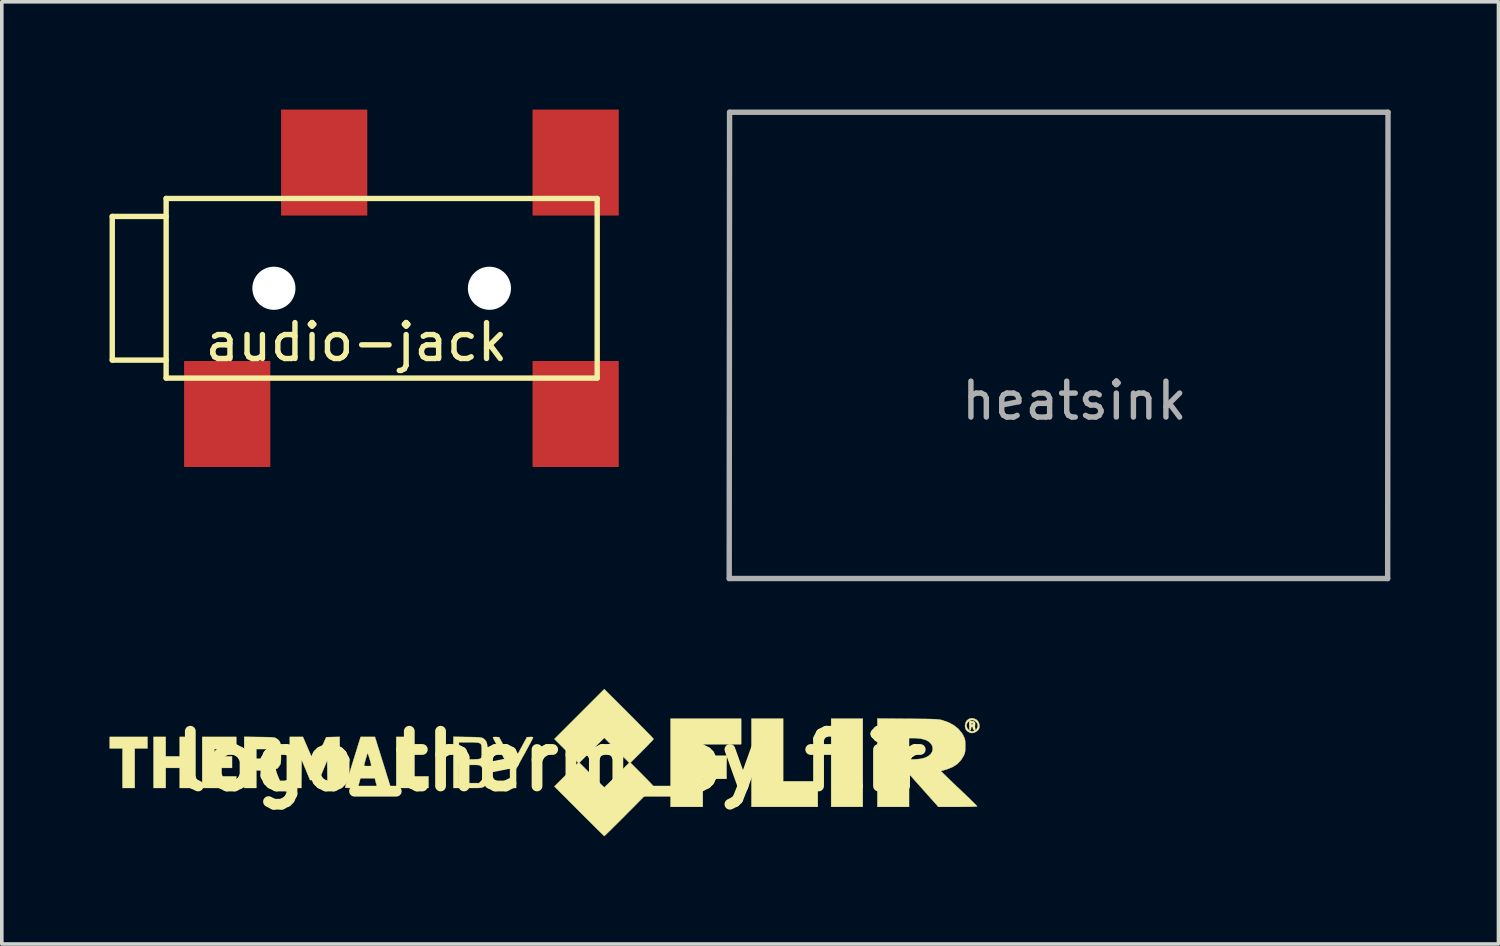
<source format=kicad_pcb>
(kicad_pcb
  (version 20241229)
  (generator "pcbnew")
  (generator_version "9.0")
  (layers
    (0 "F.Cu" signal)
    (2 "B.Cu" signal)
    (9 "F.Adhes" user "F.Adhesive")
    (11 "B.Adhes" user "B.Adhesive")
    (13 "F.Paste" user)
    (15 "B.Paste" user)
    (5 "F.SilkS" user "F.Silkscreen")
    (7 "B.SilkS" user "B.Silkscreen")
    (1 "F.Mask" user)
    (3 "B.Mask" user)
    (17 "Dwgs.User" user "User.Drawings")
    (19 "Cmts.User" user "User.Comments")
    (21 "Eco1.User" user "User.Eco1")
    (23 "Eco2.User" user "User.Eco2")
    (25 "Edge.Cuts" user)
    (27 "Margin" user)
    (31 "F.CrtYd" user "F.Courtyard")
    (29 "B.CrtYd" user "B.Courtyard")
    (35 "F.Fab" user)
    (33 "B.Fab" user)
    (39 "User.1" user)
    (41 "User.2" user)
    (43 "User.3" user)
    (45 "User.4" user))
  (footprint "logo_therm_by_flir"
    (layer "F.Cu")
    (at 12.299 18.141)
    (property "Reference" "logo_therm_by_flir" (at 0 0 0) (layer "F.SilkS") (effects (font (size 1.524 1.524) (thickness 0.3))))
    (attr through_hole)
    (fp_poly (pts (xy 8.67 1.27) (xy 7.789 1.27) (xy 7.789 -1.185) (xy 8.67 -1.185) (xy 8.67 1.27)) (stroke (width 0.01) (type solid)) (fill yes) (layer "F.SilkS"))
    (fp_poly (pts (xy -3.979 0.423) (xy -3.421 0.423) (xy -3.421 0.745) (xy -4.318 0.745) (xy -4.318 -0.677) (xy -3.979 -0.677) (xy -3.979 0.423)) (stroke (width 0.01) (type solid)) (fill yes) (layer "F.SilkS"))
    (fp_poly (pts (xy 6.452 0.559) (xy 7.417 0.559) (xy 7.417 1.27) (xy 5.571 1.27) (xy 5.571 -1.185) (xy 6.452 -1.185) (xy 6.452 0.559)) (stroke (width 0.01) (type solid)) (fill yes) (layer "F.SilkS"))
    (fp_poly (pts (xy -11.244 -0.356) (xy -11.599 -0.356) (xy -11.599 0.745) (xy -11.938 0.745) (xy -11.938 -0.356) (xy -12.294 -0.356) (xy -12.294 -0.677) (xy -11.244 -0.677) (xy -11.244 -0.356)) (stroke (width 0.01) (type solid)) (fill yes) (layer "F.SilkS"))
    (fp_poly (pts (xy -10.736 -0.135) (xy -10.346 -0.135) (xy -10.346 -0.677) (xy -9.991 -0.677) (xy -9.991 0.745) (xy -10.346 0.745) (xy -10.346 0.186) (xy -10.736 0.186) (xy -10.736 0.745) (xy -11.074 0.745) (xy -11.074 -0.677) (xy -10.736 -0.677) (xy -10.736 -0.135)) (stroke (width 0.01) (type solid)) (fill yes) (layer "F.SilkS"))
    (fp_poly (pts (xy -8.771 -0.339) (xy -9.381 -0.339) (xy -9.381 -0.135) (xy -8.89 -0.135) (xy -8.89 0.186) (xy -9.381 0.186) (xy -9.381 0.423) (xy -8.771 0.423) (xy -8.771 0.745) (xy -9.72 0.745) (xy -9.72 -0.677) (xy -8.771 -0.677) (xy -8.771 -0.339)) (stroke (width 0.01) (type solid)) (fill yes) (layer "F.SilkS"))
    (fp_poly (pts (xy 5.283 -0.474) (xy 4.216 -0.474) (xy 4.216 -0.152) (xy 4.898 -0.152) (xy 4.887 -0.114) (xy 4.884 -0.085) (xy 4.881 -0.028) (xy 4.879 0.049) (xy 4.877 0.14) (xy 4.877 0.207) (xy 4.877 0.491) (xy 4.216 0.491) (xy 4.216 1.27) (xy 3.319 1.27) (xy 3.319 -1.185) (xy 5.283 -1.185) (xy 5.283 -0.474)) (stroke (width 0.01) (type solid)) (fill yes) (layer "F.SilkS"))
    (fp_poly (pts (xy -5.893 0.745) (xy -6.231 0.745) (xy -6.235 0.362) (xy -6.24 -0.021) (xy -6.353 0.248) (xy -6.465 0.516) (xy -6.591 0.521) (xy -6.717 0.526) (xy -6.834 0.243) (xy -6.951 -0.039) (xy -6.956 0.353) (xy -6.96 0.745) (xy -7.281 0.745) (xy -7.281 -0.677) (xy -7.099 -0.677) (xy -6.917 -0.677) (xy -6.755 -0.304) (xy -6.592 0.069) (xy -6.269 -0.669) (xy -6.081 -0.674) (xy -5.893 -0.678) (xy -5.893 0.745)) (stroke (width 0.01) (type solid)) (fill yes) (layer "F.SilkS"))
    (fp_poly (pts (xy -1.54 -0.674) (xy -1.454 -0.669) (xy -1.265 -0.318) (xy -1.211 -0.219) (xy -1.162 -0.131) (xy -1.122 -0.057) (xy -1.09 -0.003) (xy -1.071 0.028) (xy -1.067 0.034) (xy -1.057 0.019) (xy -1.033 -0.021) (xy -0.998 -0.083) (xy -0.954 -0.162) (xy -0.904 -0.254) (xy -0.87 -0.318) (xy -0.681 -0.669) (xy -0.594 -0.674) (xy -0.542 -0.674) (xy -0.512 -0.667) (xy -0.508 -0.662) (xy -0.516 -0.643) (xy -0.538 -0.599) (xy -0.573 -0.532) (xy -0.618 -0.448) (xy -0.671 -0.35) (xy -0.73 -0.241) (xy -0.745 -0.215) (xy -0.982 0.215) (xy -0.982 0.745) (xy -1.151 0.745) (xy -1.151 0.218) (xy -1.389 -0.212) (xy -1.449 -0.322) (xy -1.504 -0.423) (xy -1.551 -0.511) (xy -1.588 -0.583) (xy -1.614 -0.633) (xy -1.625 -0.658) (xy -1.626 -0.66) (xy -1.61 -0.672) (xy -1.563 -0.675) (xy -1.54 -0.674)) (stroke (width 0.01) (type solid)) (fill yes) (layer "F.SilkS"))
    (fp_poly (pts (xy -8.132 -0.674) (xy -8.002 -0.672) (xy -7.9 -0.67) (xy -7.824 -0.668) (xy -7.768 -0.664) (xy -7.727 -0.66) (xy -7.698 -0.653) (xy -7.676 -0.644) (xy -7.656 -0.633) (xy -7.654 -0.632) (xy -7.61 -0.602) (xy -7.578 -0.569) (xy -7.555 -0.529) (xy -7.54 -0.477) (xy -7.531 -0.406) (xy -7.528 -0.311) (xy -7.527 -0.21) (xy -7.527 -0.109) (xy -7.528 -0.034) (xy -7.531 0.018) (xy -7.536 0.056) (xy -7.545 0.084) (xy -7.558 0.109) (xy -7.574 0.132) (xy -7.603 0.173) (xy -7.626 0.199) (xy -7.633 0.203) (xy -7.656 0.207) (xy -7.668 0.22) (xy -7.669 0.245) (xy -7.659 0.288) (xy -7.637 0.352) (xy -7.602 0.442) (xy -7.586 0.479) (xy -7.552 0.564) (xy -7.522 0.638) (xy -7.5 0.694) (xy -7.487 0.729) (xy -7.485 0.736) (xy -7.5 0.74) (xy -7.543 0.743) (xy -7.606 0.745) (xy -7.669 0.745) (xy -7.854 0.745) (xy -7.952 0.5) (xy -8.049 0.254) (xy -8.213 0.254) (xy -8.213 0.745) (xy -8.551 0.745) (xy -8.551 -0.339) (xy -8.213 -0.339) (xy -8.213 -0.067) (xy -7.882 -0.076) (xy -7.878 -0.207) (xy -7.873 -0.339) (xy -8.213 -0.339) (xy -8.551 -0.339) (xy -8.551 -0.679) (xy -8.132 -0.674)) (stroke (width 0.01) (type solid)) (fill yes) (layer "F.SilkS"))
    (fp_poly (pts (xy -4.844 -0.461) (xy -4.821 -0.385) (xy -4.789 -0.284) (xy -4.752 -0.165) (xy -4.711 -0.034) (xy -4.669 0.1) (xy -4.634 0.212) (xy -4.597 0.332) (xy -4.563 0.443) (xy -4.532 0.54) (xy -4.508 0.62) (xy -4.49 0.676) (xy -4.481 0.705) (xy -4.48 0.707) (xy -4.476 0.724) (xy -4.48 0.734) (xy -4.497 0.741) (xy -4.532 0.744) (xy -4.592 0.745) (xy -4.655 0.745) (xy -4.842 0.745) (xy -4.867 0.656) (xy -4.884 0.596) (xy -4.898 0.542) (xy -4.903 0.521) (xy -4.914 0.474) (xy -5.316 0.474) (xy -5.335 0.546) (xy -5.352 0.609) (xy -5.369 0.672) (xy -5.372 0.682) (xy -5.39 0.745) (xy -5.565 0.745) (xy -5.638 0.744) (xy -5.696 0.741) (xy -5.732 0.736) (xy -5.741 0.732) (xy -5.736 0.714) (xy -5.722 0.667) (xy -5.701 0.594) (xy -5.672 0.499) (xy -5.637 0.385) (xy -5.597 0.255) (xy -5.557 0.125) (xy -5.215 0.125) (xy -5.2 0.131) (xy -5.16 0.134) (xy -5.114 0.135) (xy -5.06 0.134) (xy -5.023 0.13) (xy -5.012 0.125) (xy -5.017 0.096) (xy -5.028 0.048) (xy -5.044 -0.013) (xy -5.063 -0.078) (xy -5.082 -0.139) (xy -5.098 -0.188) (xy -5.111 -0.219) (xy -5.115 -0.224) (xy -5.124 -0.205) (xy -5.138 -0.161) (xy -5.156 -0.102) (xy -5.175 -0.036) (xy -5.193 0.029) (xy -5.207 0.083) (xy -5.215 0.118) (xy -5.215 0.125) (xy -5.557 0.125) (xy -5.554 0.114) (xy -5.525 0.021) (xy -5.309 -0.677) (xy -4.912 -0.677) (xy -4.844 -0.461)) (stroke (width 0.01) (type solid)) (fill yes) (layer "F.SilkS"))
    (fp_poly (pts (xy 2.159 -1.321) (xy 2.285 -1.195) (xy 2.403 -1.075) (xy 2.512 -0.965) (xy 2.609 -0.867) (xy 2.692 -0.781) (xy 2.76 -0.711) (xy 2.809 -0.66) (xy 2.838 -0.628) (xy 2.845 -0.618) (xy 2.833 -0.602) (xy 2.801 -0.565) (xy 2.75 -0.512) (xy 2.685 -0.444) (xy 2.609 -0.365) (xy 2.523 -0.28) (xy 2.523 -0.279) (xy 2.201 0.042) (xy 2.523 0.364) (xy 2.608 0.45) (xy 2.685 0.528) (xy 2.75 0.596) (xy 2.801 0.65) (xy 2.833 0.687) (xy 2.845 0.703) (xy 2.845 0.703) (xy 2.833 0.717) (xy 2.8 0.753) (xy 2.748 0.807) (xy 2.68 0.877) (xy 2.599 0.96) (xy 2.506 1.055) (xy 2.405 1.157) (xy 2.298 1.266) (xy 2.187 1.377) (xy 2.076 1.488) (xy 1.967 1.598) (xy 1.863 1.702) (xy 1.765 1.799) (xy 1.678 1.886) (xy 1.602 1.96) (xy 1.542 2.019) (xy 1.499 2.06) (xy 1.476 2.081) (xy 1.473 2.083) (xy 1.46 2.071) (xy 1.425 2.038) (xy 1.37 1.984) (xy 1.298 1.914) (xy 1.211 1.827) (xy 1.11 1.727) (xy 0.999 1.616) (xy 0.878 1.496) (xy 0.775 1.393) (xy 0.085 0.702) (xy 0.745 0.043) (xy 0.744 0.042) (xy 0.779 0.042) (xy 1.122 0.385) (xy 1.21 0.473) (xy 1.29 0.553) (xy 1.36 0.621) (xy 1.415 0.675) (xy 1.454 0.711) (xy 1.472 0.728) (xy 1.473 0.728) (xy 1.487 0.717) (xy 1.521 0.684) (xy 1.574 0.634) (xy 1.641 0.568) (xy 1.719 0.491) (xy 1.806 0.404) (xy 1.825 0.385) (xy 2.167 0.042) (xy 1.82 -0.305) (xy 1.473 -0.652) (xy 1.126 -0.305) (xy 0.779 0.042) (xy 0.744 0.042) (xy 0.415 -0.288) (xy 0.085 -0.618) (xy 0.779 -1.312) (xy 1.473 -2.006) (xy 2.159 -1.321)) (stroke (width 0.01) (type solid)) (fill yes) (layer "F.SilkS"))
    (fp_poly (pts (xy 11.763 -1.189) (xy 11.835 -1.154) (xy 11.856 -1.137) (xy 11.896 -1.081) (xy 11.917 -1.011) (xy 11.915 -0.94) (xy 11.901 -0.899) (xy 11.858 -0.846) (xy 11.798 -0.807) (xy 11.733 -0.786) (xy 11.673 -0.788) (xy 11.667 -0.789) (xy 11.588 -0.829) (xy 11.539 -0.882) (xy 11.517 -0.953) (xy 11.515 -0.991) (xy 11.515 -0.994) (xy 11.559 -0.994) (xy 11.572 -0.934) (xy 11.606 -0.883) (xy 11.654 -0.847) (xy 11.707 -0.831) (xy 11.758 -0.84) (xy 11.766 -0.845) (xy 11.779 -0.858) (xy 11.762 -0.869) (xy 11.741 -0.892) (xy 11.735 -0.922) (xy 11.726 -0.957) (xy 11.709 -0.965) (xy 11.689 -0.95) (xy 11.684 -0.914) (xy 11.676 -0.874) (xy 11.659 -0.864) (xy 11.645 -0.87) (xy 11.637 -0.894) (xy 11.634 -0.942) (xy 11.633 -0.991) (xy 11.633 -1.041) (xy 11.684 -1.041) (xy 11.696 -1.022) (xy 11.72 -1.021) (xy 11.738 -1.036) (xy 11.74 -1.041) (xy 11.729 -1.058) (xy 11.714 -1.064) (xy 11.688 -1.057) (xy 11.684 -1.041) (xy 11.633 -1.041) (xy 11.633 -1.117) (xy 11.619 -1.108) (xy 11.613 -1.103) (xy 11.575 -1.06) (xy 11.56 -1.015) (xy 11.559 -0.994) (xy 11.515 -0.994) (xy 11.529 -1.071) (xy 11.557 -1.118) (xy 11.633 -1.118) (xy 11.633 -1.117) (xy 11.634 -1.118) (xy 11.699 -1.118) (xy 11.759 -1.108) (xy 11.793 -1.08) (xy 11.797 -1.033) (xy 11.795 -1.024) (xy 11.791 -0.977) (xy 11.795 -0.922) (xy 11.796 -0.919) (xy 11.807 -0.858) (xy 11.839 -0.896) (xy 11.868 -0.956) (xy 11.868 -1.02) (xy 11.841 -1.079) (xy 11.789 -1.124) (xy 11.786 -1.126) (xy 11.725 -1.148) (xy 11.673 -1.143) (xy 11.634 -1.118) (xy 11.633 -1.118) (xy 11.557 -1.118) (xy 11.567 -1.134) (xy 11.623 -1.176) (xy 11.691 -1.196) (xy 11.763 -1.189)) (stroke (width 0.01) (type solid)) (fill yes) (layer "F.SilkS"))
    (fp_poly (pts (xy 9.919 -1.181) (xy 10.111 -1.18) (xy 10.272 -1.178) (xy 10.406 -1.177) (xy 10.515 -1.175) (xy 10.604 -1.172) (xy 10.675 -1.17) (xy 10.731 -1.166) (xy 10.776 -1.162) (xy 10.813 -1.157) (xy 10.846 -1.15) (xy 10.876 -1.143) (xy 10.891 -1.139) (xy 11.062 -1.078) (xy 11.21 -0.996) (xy 11.334 -0.895) (xy 11.431 -0.777) (xy 11.473 -0.703) (xy 11.496 -0.653) (xy 11.511 -0.61) (xy 11.519 -0.563) (xy 11.522 -0.503) (xy 11.523 -0.423) (xy 11.522 -0.34) (xy 11.519 -0.28) (xy 11.51 -0.234) (xy 11.495 -0.191) (xy 11.474 -0.144) (xy 11.397 -0.022) (xy 11.298 0.079) (xy 11.173 0.159) (xy 11.022 0.221) (xy 10.972 0.236) (xy 10.913 0.253) (xy 10.868 0.267) (xy 10.846 0.274) (xy 10.845 0.275) (xy 10.856 0.287) (xy 10.888 0.32) (xy 10.941 0.372) (xy 11.01 0.439) (xy 11.094 0.52) (xy 11.19 0.612) (xy 11.295 0.712) (xy 11.347 0.76) (xy 11.456 0.864) (xy 11.557 0.961) (xy 11.647 1.048) (xy 11.724 1.124) (xy 11.786 1.184) (xy 11.829 1.228) (xy 11.851 1.252) (xy 11.853 1.256) (xy 11.837 1.259) (xy 11.791 1.262) (xy 11.719 1.265) (xy 11.625 1.267) (xy 11.514 1.269) (xy 11.388 1.27) (xy 11.313 1.27) (xy 10.774 1.27) (xy 9.957 0.354) (xy 9.957 1.27) (xy 9.076 1.27) (xy 9.076 -0.643) (xy 9.957 -0.643) (xy 9.957 -0.051) (xy 10.071 -0.051) (xy 10.153 -0.054) (xy 10.243 -0.062) (xy 10.295 -0.069) (xy 10.406 -0.098) (xy 10.496 -0.144) (xy 10.563 -0.203) (xy 10.605 -0.272) (xy 10.618 -0.348) (xy 10.602 -0.427) (xy 10.574 -0.479) (xy 10.508 -0.546) (xy 10.413 -0.596) (xy 10.289 -0.628) (xy 10.136 -0.643) (xy 10.081 -0.643) (xy 9.957 -0.643) (xy 9.076 -0.643) (xy 9.076 -1.188) (xy 9.919 -1.181)) (stroke (width 0.01) (type solid)) (fill yes) (layer "F.SilkS"))
    (fp_poly (pts (xy -2.341 -0.674) (xy -2.215 -0.672) (xy -2.119 -0.67) (xy -2.047 -0.667) (xy -1.994 -0.663) (xy -1.957 -0.657) (xy -1.929 -0.65) (xy -1.907 -0.64) (xy -1.899 -0.635) (xy -1.849 -0.597) (xy -1.814 -0.548) (xy -1.792 -0.483) (xy -1.781 -0.395) (xy -1.778 -0.296) (xy -1.781 -0.193) (xy -1.79 -0.117) (xy -1.806 -0.061) (xy -1.833 -0.02) (xy -1.853 -0.001) (xy -1.87 0.018) (xy -1.861 0.035) (xy -1.846 0.046) (xy -1.811 0.077) (xy -1.787 0.119) (xy -1.771 0.176) (xy -1.763 0.255) (xy -1.761 0.359) (xy -1.764 0.469) (xy -1.773 0.551) (xy -1.792 0.612) (xy -1.822 0.659) (xy -1.865 0.698) (xy -1.878 0.707) (xy -1.897 0.719) (xy -1.918 0.728) (xy -1.944 0.735) (xy -1.98 0.74) (xy -2.031 0.743) (xy -2.101 0.744) (xy -2.196 0.745) (xy -2.319 0.745) (xy -2.726 0.745) (xy -2.726 0.102) (xy -2.574 0.102) (xy -2.574 0.61) (xy -2.012 0.61) (xy -1.963 0.56) (xy -1.94 0.535) (xy -1.926 0.512) (xy -1.918 0.48) (xy -1.914 0.433) (xy -1.913 0.362) (xy -1.913 0.348) (xy -1.914 0.271) (xy -1.917 0.22) (xy -1.924 0.187) (xy -1.937 0.163) (xy -1.955 0.143) (xy -1.971 0.128) (xy -1.989 0.117) (xy -2.012 0.11) (xy -2.048 0.105) (xy -2.102 0.103) (xy -2.178 0.102) (xy -2.282 0.102) (xy -2.285 0.102) (xy -2.574 0.102) (xy -2.726 0.102) (xy -2.726 -0.525) (xy -2.574 -0.525) (xy -2.574 -0.051) (xy -2.289 -0.051) (xy -2.176 -0.051) (xy -2.093 -0.054) (xy -2.034 -0.058) (xy -1.995 -0.065) (xy -1.973 -0.074) (xy -1.972 -0.075) (xy -1.957 -0.089) (xy -1.947 -0.111) (xy -1.942 -0.148) (xy -1.939 -0.205) (xy -1.939 -0.28) (xy -1.939 -0.361) (xy -1.943 -0.422) (xy -1.955 -0.466) (xy -1.979 -0.495) (xy -2.019 -0.512) (xy -2.08 -0.521) (xy -2.165 -0.525) (xy -2.28 -0.525) (xy -2.296 -0.525) (xy -2.574 -0.525) (xy -2.726 -0.525) (xy -2.726 -0.68) (xy -2.341 -0.674)) (stroke (width 0.01) (type solid)) (fill yes) (layer "F.SilkS")))
  (footprint "audio-jack"
    (layer "F.Cu")
    (at 1.575 4.975)
    (property "Reference" "audio-jack" (at 5.3 1.5 0) (layer "F.SilkS") (effects (font (size 1 1) (thickness 0.15))))
    (attr through_hole)
    (fp_line (start -1.5 -2) (end -1.5 2) (stroke (width 0.15) (type solid)) (layer "F.SilkS"))
    (fp_line (start -1.5 2) (end 0 2) (stroke (width 0.15) (type solid)) (layer "F.SilkS"))
    (fp_line (start 0 -2.5) (end 12 -2.5) (stroke (width 0.15) (type solid)) (layer "F.SilkS"))
    (fp_line (start 0 -2) (end -1.5 -2) (stroke (width 0.15) (type solid)) (layer "F.SilkS"))
    (fp_line (start 0 2.5) (end 0 -2.5) (stroke (width 0.15) (type solid)) (layer "F.SilkS"))
    (fp_line (start 12 -2.5) (end 12 2.5) (stroke (width 0.15) (type solid)) (layer "F.SilkS"))
    (fp_line (start 12 2.5) (end 0 2.5) (stroke (width 0.15) (type solid)) (layer "F.SilkS"))
    (pad "" np_thru_hole circle (at 3 0) (size 1.2 1.2) (drill 1.2) (layers "*.Cu" "*.Mask"))
    (pad "" np_thru_hole circle (at 9 0) (size 1.2 1.2) (drill 1.2) (layers "*.Cu" "*.Mask"))
    (pad "1" smd rect (at 1.7 3.5) (size 2.4 2.95) (layers "F.Cu" "F.Mask" "F.Paste"))
    (pad "2" smd rect (at 11.4 3.5) (size 2.4 2.95) (layers "F.Cu" "F.Mask" "F.Paste"))
    (pad "3" smd rect (at 4.4 -3.5) (size 2.4 2.95) (layers "F.Cu" "F.Mask" "F.Paste"))
    (pad "4" smd rect (at 11.4 -3.5) (size 2.4 2.95) (layers "F.Cu" "F.Mask" "F.Paste")))
  (footprint "heatsink"
    (layer "F.Cu")
    (at 27 6.315)
    (property "Reference" "heatsink" (at -0.14 1.79 0) (layer "F.Fab") (effects (font (size 1 1) (thickness 0.15))))
    (attr through_hole)
    (fp_line (start -9.75 6.74) (end -9.74 -6.24) (stroke (width 0.15) (type solid)) (layer "F.Fab"))
    (fp_line (start -9.74 -6.24) (end 8.59 -6.24) (stroke (width 0.15) (type solid)) (layer "F.Fab"))
    (fp_line (start 8.58 6.74) (end -9.75 6.74) (stroke (width 0.15) (type solid)) (layer "F.Fab"))
    (fp_line (start 8.59 -6.24) (end 8.58 6.74) (stroke (width 0.15) (type solid)) (layer "F.Fab")))
  (gr_rect
    (start -3 -3)
    (end 38.665 23.229)
    (stroke (width 0.1) (type default))
    (fill no)
    (layer "Edge.Cuts")))
</source>
